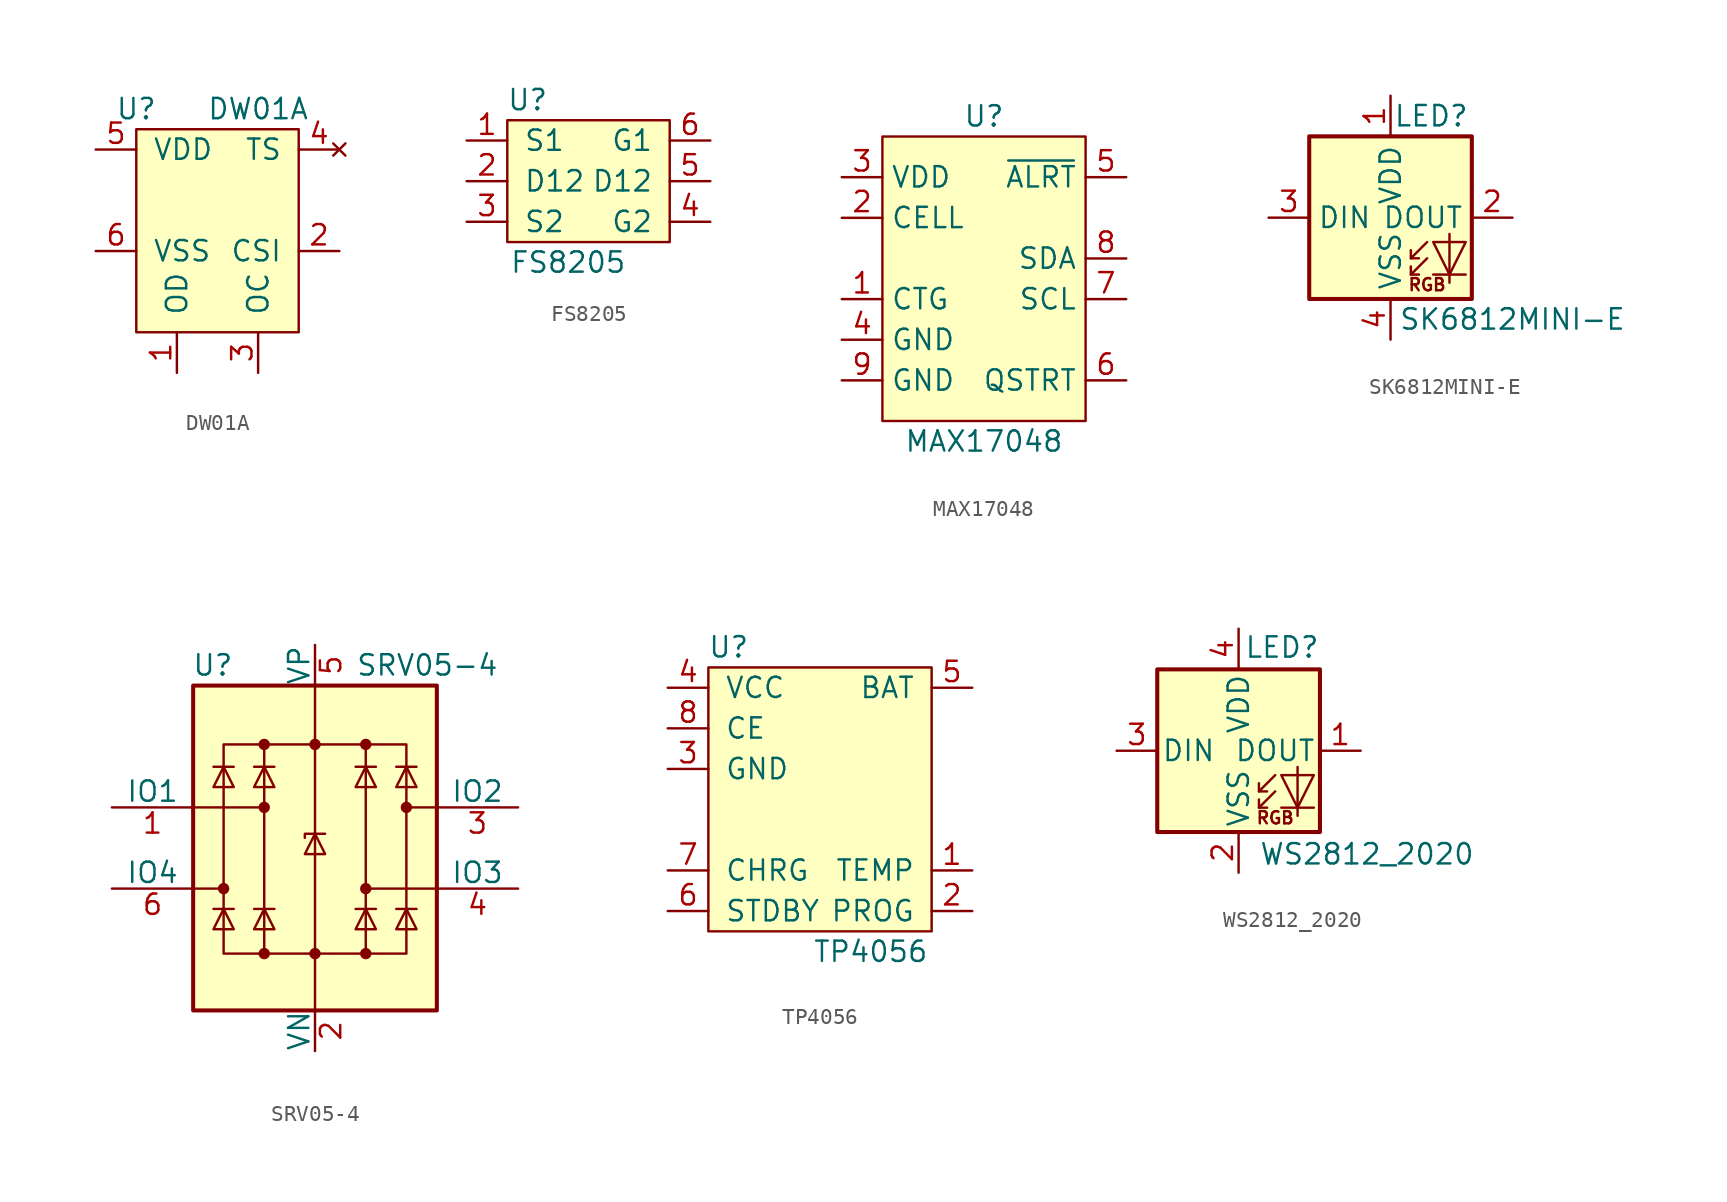
<source format=kicad_sym>
(kicad_symbol_lib
  (version 20220914)
  (generator kicad_symbol_editor)
  (symbol "DW01A"
    (pin_names
      (offset 1.016))
    (property "Reference" "U"
      (at -5.08 7.62 0)
      (effects (font (size 1.27 1.27))))
    (property "Value" "DW01A"
      (at 2.54 7.62 0)
      (effects (font (size 1.27 1.27))))
    (symbol "DW01A_0_1"
      (rectangle (start -5.08 6.35) (end 5.08 -6.35) (stroke (width 0) (type default)) (fill (type background))))
    (symbol "DW01A_1_1"
      (pin output line (at -2.54 -8.89 90) (length 2.54) (name "OD" (effects (font (size 1.27 1.27)))) (number "1" (effects (font (size 1.27 1.27)))))
      (pin input line (at 7.62 -1.27 180) (length 2.54) (name "CSI" (effects (font (size 1.27 1.27)))) (number "2" (effects (font (size 1.27 1.27)))))
      (pin output line (at 2.54 -8.89 90) (length 2.54) (name "OC" (effects (font (size 1.27 1.27)))) (number "3" (effects (font (size 1.27 1.27)))))
      (pin no_connect line (at 7.62 5.08 180) (length 2.54) (name "TS" (effects (font (size 1.27 1.27)))) (number "4" (effects (font (size 1.27 1.27)))))
      (pin power_in line (at -7.62 5.08 0) (length 2.54) (name "VDD" (effects (font (size 1.27 1.27)))) (number "5" (effects (font (size 1.27 1.27)))))
      (pin power_in line (at -7.62 -1.27 0) (length 2.54) (name "VSS" (effects (font (size 1.27 1.27)))) (number "6" (effects (font (size 1.27 1.27)))))))
  (symbol "FS8205"
    (pin_names
      (offset 1.016))
    (property "Reference" "U"
      (at -3.81 5.08 0)
      (effects (font (size 1.27 1.27))))
    (property "Value" "FS8205"
      (at -1.27 -5.08 0)
      (effects (font (size 1.27 1.27))))
    (symbol "FS8205_0_1"
      (rectangle (start -5.08 3.81) (end 5.08 -3.81) (stroke (width 0) (type default)) (fill (type background))))
    (symbol "FS8205_1_1"
      (pin power_in line (at -7.62 2.54 0) (length 2.54) (name "S1" (effects (font (size 1.27 1.27)))) (number "1" (effects (font (size 1.27 1.27)))))
      (pin power_in line (at -7.62 0 0) (length 2.54) (name "D12" (effects (font (size 1.27 1.27)))) (number "2" (effects (font (size 1.27 1.27)))))
      (pin power_in line (at -7.62 -2.54 0) (length 2.54) (name "S2" (effects (font (size 1.27 1.27)))) (number "3" (effects (font (size 1.27 1.27)))))
      (pin input line (at 7.62 -2.54 180) (length 2.54) (name "G2" (effects (font (size 1.27 1.27)))) (number "4" (effects (font (size 1.27 1.27)))))
      (pin power_in line (at 7.62 0 180) (length 2.54) (name "D12" (effects (font (size 1.27 1.27)))) (number "5" (effects (font (size 1.27 1.27)))))
      (pin input line (at 7.62 2.54 180) (length 2.54) (name "G1" (effects (font (size 1.27 1.27)))) (number "6" (effects (font (size 1.27 1.27)))))))
  (symbol "MAX17048"
    (property "Reference" "U"
      (at 0 10.16 0)
      (effects (font (size 1.27 1.27))))
    (property "Value" "MAX17048"
      (at 0 -10.16 0)
      (effects (font (size 1.27 1.27))))
    (symbol "MAX17048_0_0"
      (pin power_in line (at -8.89 -1.27 0) (length 2.54) (name "CTG" (effects (font (size 1.27 1.27)))) (number "1" (effects (font (size 1.27 1.27)))))
      (pin power_in line (at -8.89 3.81 0) (length 2.54) (name "CELL" (effects (font (size 1.27 1.27)))) (number "2" (effects (font (size 1.27 1.27)))))
      (pin power_in line (at -8.89 6.35 0) (length 2.54) (name "VDD" (effects (font (size 1.27 1.27)))) (number "3" (effects (font (size 1.27 1.27)))))
      (pin power_in line (at -8.89 -3.81 0) (length 2.54) (name "GND" (effects (font (size 1.27 1.27)))) (number "4" (effects (font (size 1.27 1.27)))))
      (pin open_collector line (at 8.89 6.35 180) (length 2.54) (name "~{ALRT}" (effects (font (size 1.27 1.27)))) (number "5" (effects (font (size 1.27 1.27)))))
      (pin input line (at 8.89 -6.35 180) (length 2.54) (name "QSTRT" (effects (font (size 1.27 1.27)))) (number "6" (effects (font (size 1.27 1.27)))))
      (pin bidirectional line (at 8.89 -1.27 180) (length 2.54) (name "SCL" (effects (font (size 1.27 1.27)))) (number "7" (effects (font (size 1.27 1.27)))))
      (pin bidirectional line (at 8.89 1.27 180) (length 2.54) (name "SDA" (effects (font (size 1.27 1.27)))) (number "8" (effects (font (size 1.27 1.27)))))
      (pin power_in line (at -8.89 -6.35 0) (length 2.54) (name "GND" (effects (font (size 1.27 1.27)))) (number "9" (effects (font (size 1.27 1.27))))))
    (symbol "MAX17048_0_1"
      (rectangle (start -6.35 8.89) (end 6.35 -8.89) (stroke (width 0.152) (type default)) (fill (type background)))))
  (symbol "SK6812MINI-E"
    (property "Reference" "LED"
      (at 2.54 6.35 0)
      (effects (font (size 1.27 1.27))))
    (property "Value" "SK6812MINI-E"
      (at 7.62 -6.35 0)
      (effects (font (size 1.27 1.27))))
    (symbol "SK6812MINI-E_0_0"
      (text "RGB" (at 2.286 -4.191 0) (effects (font (size 0.762 0.762)))))
    (symbol "SK6812MINI-E_0_1"
      (polyline (pts (xy 1.27 -3.556) (xy 1.778 -3.556)) (stroke (width 0) (type default)) (fill (type none)))
      (polyline (pts (xy 1.27 -2.54) (xy 1.778 -2.54)) (stroke (width 0) (type default)) (fill (type none)))
      (polyline (pts (xy 4.699 -3.556) (xy 2.667 -3.556)) (stroke (width 0) (type default)) (fill (type none)))
      (polyline (pts (xy 2.286 -2.54) (xy 1.27 -3.556) (xy 1.27 -3.048)) (stroke (width 0) (type default)) (fill (type none)))
      (polyline (pts (xy 2.286 -1.524) (xy 1.27 -2.54) (xy 1.27 -2.032)) (stroke (width 0) (type default)) (fill (type none)))
      (polyline (pts (xy 3.683 -1.016) (xy 3.683 -3.556) (xy 3.683 -4.064)) (stroke (width 0) (type default)) (fill (type none)))
      (polyline (pts (xy 4.699 -1.524) (xy 2.667 -1.524) (xy 3.683 -3.556) (xy 4.699 -1.524)) (stroke (width 0) (type default)) (fill (type none)))
      (rectangle (start 5.08 5.08) (end -5.08 -5.08) (stroke (width 0.254) (type default)) (fill (type background))))
    (symbol "SK6812MINI-E_1_1"
      (pin power_in line (at 0 7.62 270) (length 2.54) (name "VDD" (effects (font (size 1.27 1.27)))) (number "1" (effects (font (size 1.27 1.27)))))
      (pin output line (at 7.62 0 180) (length 2.54) (name "DOUT" (effects (font (size 1.27 1.27)))) (number "2" (effects (font (size 1.27 1.27)))))
      (pin input line (at -7.62 0 0) (length 2.54) (name "DIN" (effects (font (size 1.27 1.27)))) (number "3" (effects (font (size 1.27 1.27)))))
      (pin power_in line (at 0 -7.62 90) (length 2.54) (name "VSS" (effects (font (size 1.27 1.27)))) (number "4" (effects (font (size 1.27 1.27)))))))
  (symbol "SRV05-4"
    (pin_names
      (offset 0))
    (property "Reference" "U"
      (at -5.08 11.43 0)
      (effects (font (size 1.27 1.27)) (justify right)))
    (property "Value" "SRV05-4"
      (at 2.54 11.43 0)
      (effects (font (size 1.27 1.27)) (justify left)))
    (symbol "SRV05-4_0_0"
      (rectangle (start -5.715 6.477) (end 5.715 -6.604) (stroke (width 0) (type default)) (fill (type none)))
      (polyline (pts (xy -3.175 -6.604) (xy -3.175 6.477)) (stroke (width 0) (type default)) (fill (type none)))
      (polyline (pts (xy 3.175 6.477) (xy 3.175 -6.604)) (stroke (width 0) (type default)) (fill (type none))))
    (symbol "SRV05-4_0_1"
      (rectangle (start -7.62 10.16) (end 7.62 -10.16) (stroke (width 0.254) (type default)) (fill (type background)))
      (circle (center -5.715 -2.54) (radius 0.279) (stroke (width 0) (type default)) (fill (type outline)))
      (circle (center -3.175 -6.604) (radius 0.279) (stroke (width 0) (type default)) (fill (type outline)))
      (circle (center -3.175 2.54) (radius 0.279) (stroke (width 0) (type default)) (fill (type outline)))
      (circle (center -3.175 6.477) (radius 0.279) (stroke (width 0) (type default)) (fill (type outline)))
      (circle (center 0 -6.604) (radius 0.279) (stroke (width 0) (type default)) (fill (type outline)))
      (polyline (pts (xy -7.747 2.54) (xy -3.175 2.54)) (stroke (width 0) (type default)) (fill (type none)))
      (polyline (pts (xy -7.62 -2.54) (xy -5.715 -2.54)) (stroke (width 0) (type default)) (fill (type none)))
      (polyline (pts (xy -5.08 -3.81) (xy -6.35 -3.81)) (stroke (width 0) (type default)) (fill (type none)))
      (polyline (pts (xy -5.08 5.08) (xy -6.35 5.08)) (stroke (width 0) (type default)) (fill (type none)))
      (polyline (pts (xy -2.54 -3.81) (xy -3.81 -3.81)) (stroke (width 0) (type default)) (fill (type none)))
      (polyline (pts (xy -2.54 5.08) (xy -3.81 5.08)) (stroke (width 0) (type default)) (fill (type none)))
      (polyline (pts (xy 0 10.16) (xy 0 -10.16)) (stroke (width 0) (type default)) (fill (type none)))
      (polyline (pts (xy 3.81 -3.81) (xy 2.54 -3.81)) (stroke (width 0) (type default)) (fill (type none)))
      (polyline (pts (xy 3.81 5.08) (xy 2.54 5.08)) (stroke (width 0) (type default)) (fill (type none)))
      (polyline (pts (xy 6.35 -3.81) (xy 5.08 -3.81)) (stroke (width 0) (type default)) (fill (type none)))
      (polyline (pts (xy 6.35 5.08) (xy 5.08 5.08)) (stroke (width 0) (type default)) (fill (type none)))
      (polyline (pts (xy 7.62 -2.54) (xy 3.175 -2.54)) (stroke (width 0) (type default)) (fill (type none)))
      (polyline (pts (xy 7.62 2.54) (xy 5.715 2.54)) (stroke (width 0) (type default)) (fill (type none)))
      (polyline (pts (xy 0.635 0.889) (xy -0.635 0.889) (xy -0.635 0.635)) (stroke (width 0) (type default)) (fill (type none)))
      (polyline (pts (xy -5.08 -5.08) (xy -6.35 -5.08) (xy -5.715 -3.81) (xy -5.08 -5.08)) (stroke (width 0) (type default)) (fill (type none)))
      (polyline (pts (xy -5.08 3.81) (xy -6.35 3.81) (xy -5.715 5.08) (xy -5.08 3.81)) (stroke (width 0) (type default)) (fill (type none)))
      (polyline (pts (xy -2.54 -5.08) (xy -3.81 -5.08) (xy -3.175 -3.81) (xy -2.54 -5.08)) (stroke (width 0) (type default)) (fill (type none)))
      (polyline (pts (xy -2.54 3.81) (xy -3.81 3.81) (xy -3.175 5.08) (xy -2.54 3.81)) (stroke (width 0) (type default)) (fill (type none)))
      (polyline (pts (xy 0.635 -0.381) (xy -0.635 -0.381) (xy 0 0.889) (xy 0.635 -0.381)) (stroke (width 0) (type default)) (fill (type none)))
      (polyline (pts (xy 3.81 -5.08) (xy 2.54 -5.08) (xy 3.175 -3.81) (xy 3.81 -5.08)) (stroke (width 0) (type default)) (fill (type none)))
      (polyline (pts (xy 3.81 3.81) (xy 2.54 3.81) (xy 3.175 5.08) (xy 3.81 3.81)) (stroke (width 0) (type default)) (fill (type none)))
      (polyline (pts (xy 6.35 -5.08) (xy 5.08 -5.08) (xy 5.715 -3.81) (xy 6.35 -5.08)) (stroke (width 0) (type default)) (fill (type none)))
      (polyline (pts (xy 6.35 3.81) (xy 5.08 3.81) (xy 5.715 5.08) (xy 6.35 3.81)) (stroke (width 0) (type default)) (fill (type none)))
      (circle (center 0 6.477) (radius 0.279) (stroke (width 0) (type default)) (fill (type outline)))
      (circle (center 3.175 -6.604) (radius 0.279) (stroke (width 0) (type default)) (fill (type outline)))
      (circle (center 3.175 -2.54) (radius 0.279) (stroke (width 0) (type default)) (fill (type outline)))
      (circle (center 3.175 6.477) (radius 0.279) (stroke (width 0) (type default)) (fill (type outline)))
      (circle (center 5.715 2.54) (radius 0.279) (stroke (width 0) (type default)) (fill (type outline))))
    (symbol "SRV05-4_1_1"
      (pin passive line (at -12.7 2.54 0) (length 5.08) (name "IO1" (effects (font (size 1.27 1.27)))) (number "1" (effects (font (size 1.27 1.27)))))
      (pin passive line (at 0 -12.7 90) (length 2.54) (name "VN" (effects (font (size 1.27 1.27)))) (number "2" (effects (font (size 1.27 1.27)))))
      (pin passive line (at 12.7 2.54 180) (length 5.08) (name "IO2" (effects (font (size 1.27 1.27)))) (number "3" (effects (font (size 1.27 1.27)))))
      (pin passive line (at 12.7 -2.54 180) (length 5.08) (name "IO3" (effects (font (size 1.27 1.27)))) (number "4" (effects (font (size 1.27 1.27)))))
      (pin passive line (at 0 12.7 270) (length 2.54) (name "VP" (effects (font (size 1.27 1.27)))) (number "5" (effects (font (size 1.27 1.27)))))
      (pin passive line (at -12.7 -2.54 0) (length 5.08) (name "IO4" (effects (font (size 1.27 1.27)))) (number "6" (effects (font (size 1.27 1.27)))))))
  (symbol "TP4056"
    (pin_names
      (offset 1.016))
    (property "Reference" "U"
      (at -6.35 8.89 0)
      (effects (font (size 1.27 1.27))))
    (property "Value" "TP4056"
      (at 2.54 -10.16 0)
      (effects (font (size 1.27 1.27))))
    (symbol "TP4056_0_1"
      (rectangle (start -7.62 7.62) (end 6.35 -8.89) (stroke (width 0) (type default)) (fill (type background))))
    (symbol "TP4056_1_1"
      (pin input line (at 8.89 -5.08 180) (length 2.54) (name "TEMP" (effects (font (size 1.27 1.27)))) (number "1" (effects (font (size 1.27 1.27)))))
      (pin input line (at 8.89 -7.62 180) (length 2.54) (name "PROG" (effects (font (size 1.27 1.27)))) (number "2" (effects (font (size 1.27 1.27)))))
      (pin power_in line (at -10.16 1.27 0) (length 2.54) (name "GND" (effects (font (size 1.27 1.27)))) (number "3" (effects (font (size 1.27 1.27)))))
      (pin power_in line (at -10.16 6.35 0) (length 2.54) (name "VCC" (effects (font (size 1.27 1.27)))) (number "4" (effects (font (size 1.27 1.27)))))
      (pin power_out line (at 8.89 6.35 180) (length 2.54) (name "BAT" (effects (font (size 1.27 1.27)))) (number "5" (effects (font (size 1.27 1.27)))))
      (pin output line (at -10.16 -7.62 0) (length 2.54) (name "STDBY" (effects (font (size 1.27 1.27)))) (number "6" (effects (font (size 1.27 1.27)))))
      (pin output line (at -10.16 -5.08 0) (length 2.54) (name "CHRG" (effects (font (size 1.27 1.27)))) (number "7" (effects (font (size 1.27 1.27)))))
      (pin input line (at -10.16 3.81 0) (length 2.54) (name "CE" (effects (font (size 1.27 1.27)))) (number "8" (effects (font (size 1.27 1.27)))))))
  (symbol "WS2812_2020"
    (pin_names
      (offset 0.254))
    (property "Reference" "LED"
      (at 5.08 5.715 0)
      (effects (font (size 1.27 1.27)) (justify right bottom)))
    (property "Value" "WS2812_2020"
      (at 1.27 -5.715 0)
      (effects (font (size 1.27 1.27)) (justify left top)))
    (symbol "WS2812_2020_0_0"
      (text "RGB" (at 2.286 -4.191 0) (effects (font (size 0.762 0.762)))))
    (symbol "WS2812_2020_0_1"
      (polyline (pts (xy 1.27 -3.556) (xy 1.778 -3.556)) (stroke (width 0) (type default)) (fill (type none)))
      (polyline (pts (xy 1.27 -2.54) (xy 1.778 -2.54)) (stroke (width 0) (type default)) (fill (type none)))
      (polyline (pts (xy 4.699 -3.556) (xy 2.667 -3.556)) (stroke (width 0) (type default)) (fill (type none)))
      (polyline (pts (xy 2.286 -2.54) (xy 1.27 -3.556) (xy 1.27 -3.048)) (stroke (width 0) (type default)) (fill (type none)))
      (polyline (pts (xy 2.286 -1.524) (xy 1.27 -2.54) (xy 1.27 -2.032)) (stroke (width 0) (type default)) (fill (type none)))
      (polyline (pts (xy 3.683 -1.016) (xy 3.683 -3.556) (xy 3.683 -4.064)) (stroke (width 0) (type default)) (fill (type none)))
      (polyline (pts (xy 4.699 -1.524) (xy 2.667 -1.524) (xy 3.683 -3.556) (xy 4.699 -1.524)) (stroke (width 0) (type default)) (fill (type none)))
      (rectangle (start 5.08 5.08) (end -5.08 -5.08) (stroke (width 0.254) (type default)) (fill (type background))))
    (symbol "WS2812_2020_1_1"
      (pin output line (at 7.62 0 180) (length 2.54) (name "DOUT" (effects (font (size 1.27 1.27)))) (number "1" (effects (font (size 1.27 1.27)))))
      (pin power_in line (at 0 -7.62 90) (length 2.54) (name "VSS" (effects (font (size 1.27 1.27)))) (number "2" (effects (font (size 1.27 1.27)))))
      (pin input line (at -7.62 0 0) (length 2.54) (name "DIN" (effects (font (size 1.27 1.27)))) (number "3" (effects (font (size 1.27 1.27)))))
      (pin power_in line (at 0 7.62 270) (length 2.54) (name "VDD" (effects (font (size 1.27 1.27)))) (number "4" (effects (font (size 1.27 1.27))))))))
</source>
